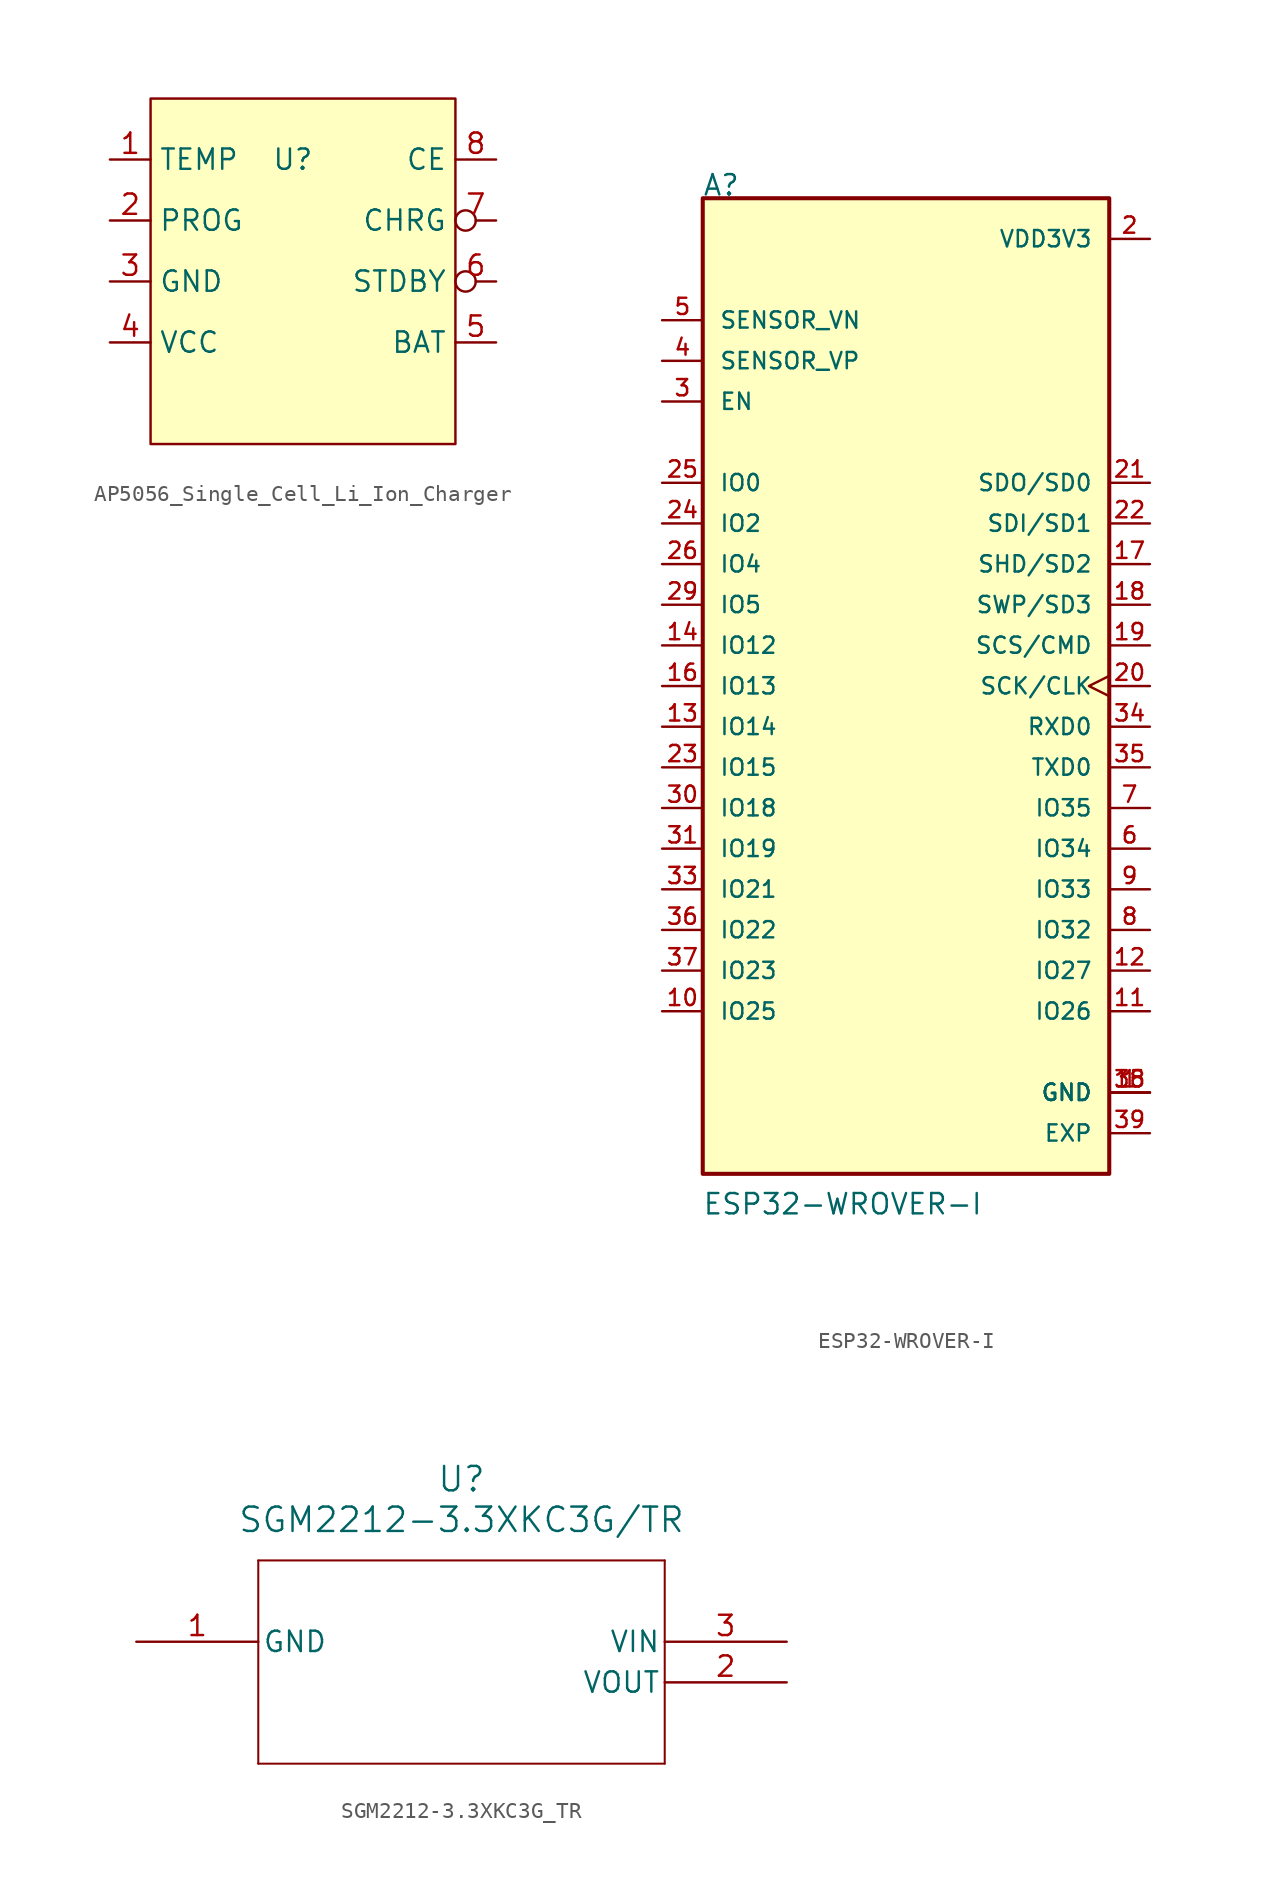
<source format=kicad_sym>
(kicad_symbol_lib
  (version 20220914)
  (generator kicad_symbol_editor)
  (symbol "AP5056_Single_Cell_Li_Ion_Charger"
    (property "Reference" "U"
      (at 0 0 0)
      (effects (font (size 1.27 1.27))))
    (property "Value" ""
      (at 0 0 0)
      (effects (font (size 1.27 1.27))))
    (symbol "AP5056_Single_Cell_Li_Ion_Charger_1_1"
      (rectangle (start -8.89 3.81) (end 10.16 -17.78) (stroke (width 0) (type default)) (fill (type background)))
      (pin bidirectional line (at -11.43 0 0) (length 2.54) (name "TEMP" (effects (font (size 1.27 1.27)))) (number "1" (effects (font (size 1.27 1.27)))))
      (pin bidirectional line (at -11.43 -3.81 0) (length 2.54) (name "PROG" (effects (font (size 1.27 1.27)))) (number "2" (effects (font (size 1.27 1.27)))))
      (pin bidirectional line (at -11.43 -7.62 0) (length 2.54) (name "GND" (effects (font (size 1.27 1.27)))) (number "3" (effects (font (size 1.27 1.27)))))
      (pin bidirectional line (at -11.43 -11.43 0) (length 2.54) (name "VCC" (effects (font (size 1.27 1.27)))) (number "4" (effects (font (size 1.27 1.27)))))
      (pin bidirectional line (at 12.7 -11.43 180) (length 2.54) (name "BAT" (effects (font (size 1.27 1.27)))) (number "5" (effects (font (size 1.27 1.27)))))
      (pin bidirectional inverted (at 12.7 -7.62 180) (length 2.54) (name "STDBY" (effects (font (size 1.27 1.27)))) (number "6" (effects (font (size 1.27 1.27)))))
      (pin bidirectional inverted (at 12.7 -3.81 180) (length 2.54) (name "CHRG" (effects (font (size 1.27 1.27)))) (number "7" (effects (font (size 1.27 1.27)))))
      (pin bidirectional line (at 12.7 0 180) (length 2.54) (name "CE" (effects (font (size 1.27 1.27)))) (number "8" (effects (font (size 1.27 1.27)))))))
  (symbol "ESP32-WROVER-I"
    (pin_names
      (offset 1.016))
    (property "Reference" "A"
      (at -12.731 30.554 0)
      (effects (font (size 1.27 1.27)) (justify left bottom)))
    (property "Value" "ESP32-WROVER-I"
      (at -12.736 -33.11 0)
      (effects (font (size 1.27 1.27)) (justify left bottom)))
    (symbol "ESP32-WROVER-I_0_0"
      (rectangle (start -12.7 -30.48) (end 12.7 30.48) (stroke (width 0.254) (type default)) (fill (type background)))
      (pin power_in line (at 15.24 -25.4 180) (length 2.54) (name "GND" (effects (font (size 1.016 1.016)))) (number "1" (effects (font (size 1.016 1.016)))))
      (pin bidirectional line (at -15.24 -20.32 0) (length 2.54) (name "IO25" (effects (font (size 1.016 1.016)))) (number "10" (effects (font (size 1.016 1.016)))))
      (pin bidirectional line (at 15.24 -20.32 180) (length 2.54) (name "IO26" (effects (font (size 1.016 1.016)))) (number "11" (effects (font (size 1.016 1.016)))))
      (pin bidirectional line (at 15.24 -17.78 180) (length 2.54) (name "IO27" (effects (font (size 1.016 1.016)))) (number "12" (effects (font (size 1.016 1.016)))))
      (pin bidirectional line (at -15.24 -2.54 0) (length 2.54) (name "IO14" (effects (font (size 1.016 1.016)))) (number "13" (effects (font (size 1.016 1.016)))))
      (pin bidirectional line (at -15.24 2.54 0) (length 2.54) (name "IO12" (effects (font (size 1.016 1.016)))) (number "14" (effects (font (size 1.016 1.016)))))
      (pin power_in line (at 15.24 -25.4 180) (length 2.54) (name "GND" (effects (font (size 1.016 1.016)))) (number "15" (effects (font (size 1.016 1.016)))))
      (pin bidirectional line (at -15.24 0 0) (length 2.54) (name "IO13" (effects (font (size 1.016 1.016)))) (number "16" (effects (font (size 1.016 1.016)))))
      (pin bidirectional line (at 15.24 7.62 180) (length 2.54) (name "SHD/SD2" (effects (font (size 1.016 1.016)))) (number "17" (effects (font (size 1.016 1.016)))))
      (pin bidirectional line (at 15.24 5.08 180) (length 2.54) (name "SWP/SD3" (effects (font (size 1.016 1.016)))) (number "18" (effects (font (size 1.016 1.016)))))
      (pin bidirectional line (at 15.24 2.54 180) (length 2.54) (name "SCS/CMD" (effects (font (size 1.016 1.016)))) (number "19" (effects (font (size 1.016 1.016)))))
      (pin power_in line (at 15.24 27.94 180) (length 2.54) (name "VDD3V3" (effects (font (size 1.016 1.016)))) (number "2" (effects (font (size 1.016 1.016)))))
      (pin bidirectional clock (at 15.24 0 180) (length 2.54) (name "SCK/CLK" (effects (font (size 1.016 1.016)))) (number "20" (effects (font (size 1.016 1.016)))))
      (pin bidirectional line (at 15.24 12.7 180) (length 2.54) (name "SDO/SD0" (effects (font (size 1.016 1.016)))) (number "21" (effects (font (size 1.016 1.016)))))
      (pin bidirectional line (at 15.24 10.16 180) (length 2.54) (name "SDI/SD1" (effects (font (size 1.016 1.016)))) (number "22" (effects (font (size 1.016 1.016)))))
      (pin bidirectional line (at -15.24 -5.08 0) (length 2.54) (name "IO15" (effects (font (size 1.016 1.016)))) (number "23" (effects (font (size 1.016 1.016)))))
      (pin bidirectional line (at -15.24 10.16 0) (length 2.54) (name "IO2" (effects (font (size 1.016 1.016)))) (number "24" (effects (font (size 1.016 1.016)))))
      (pin bidirectional line (at -15.24 12.7 0) (length 2.54) (name "IO0" (effects (font (size 1.016 1.016)))) (number "25" (effects (font (size 1.016 1.016)))))
      (pin bidirectional line (at -15.24 7.62 0) (length 2.54) (name "IO4" (effects (font (size 1.016 1.016)))) (number "26" (effects (font (size 1.016 1.016)))))
      (pin bidirectional line (at -15.24 5.08 0) (length 2.54) (name "IO5" (effects (font (size 1.016 1.016)))) (number "29" (effects (font (size 1.016 1.016)))))
      (pin input line (at -15.24 17.78 0) (length 2.54) (name "EN" (effects (font (size 1.016 1.016)))) (number "3" (effects (font (size 1.016 1.016)))))
      (pin bidirectional line (at -15.24 -7.62 0) (length 2.54) (name "IO18" (effects (font (size 1.016 1.016)))) (number "30" (effects (font (size 1.016 1.016)))))
      (pin bidirectional line (at -15.24 -10.16 0) (length 2.54) (name "IO19" (effects (font (size 1.016 1.016)))) (number "31" (effects (font (size 1.016 1.016)))))
      (pin bidirectional line (at -15.24 -12.7 0) (length 2.54) (name "IO21" (effects (font (size 1.016 1.016)))) (number "33" (effects (font (size 1.016 1.016)))))
      (pin bidirectional line (at 15.24 -2.54 180) (length 2.54) (name "RXD0" (effects (font (size 1.016 1.016)))) (number "34" (effects (font (size 1.016 1.016)))))
      (pin bidirectional line (at 15.24 -5.08 180) (length 2.54) (name "TXD0" (effects (font (size 1.016 1.016)))) (number "35" (effects (font (size 1.016 1.016)))))
      (pin bidirectional line (at -15.24 -15.24 0) (length 2.54) (name "IO22" (effects (font (size 1.016 1.016)))) (number "36" (effects (font (size 1.016 1.016)))))
      (pin bidirectional line (at -15.24 -17.78 0) (length 2.54) (name "IO23" (effects (font (size 1.016 1.016)))) (number "37" (effects (font (size 1.016 1.016)))))
      (pin power_in line (at 15.24 -25.4 180) (length 2.54) (name "GND" (effects (font (size 1.016 1.016)))) (number "38" (effects (font (size 1.016 1.016)))))
      (pin power_in line (at 15.24 -27.94 180) (length 2.54) (name "EXP" (effects (font (size 1.016 1.016)))) (number "39" (effects (font (size 1.016 1.016)))))
      (pin input line (at -15.24 20.32 0) (length 2.54) (name "SENSOR_VP" (effects (font (size 1.016 1.016)))) (number "4" (effects (font (size 1.016 1.016)))))
      (pin input line (at -15.24 22.86 0) (length 2.54) (name "SENSOR_VN" (effects (font (size 1.016 1.016)))) (number "5" (effects (font (size 1.016 1.016)))))
      (pin input line (at 15.24 -10.16 180) (length 2.54) (name "IO34" (effects (font (size 1.016 1.016)))) (number "6" (effects (font (size 1.016 1.016)))))
      (pin input line (at 15.24 -7.62 180) (length 2.54) (name "IO35" (effects (font (size 1.016 1.016)))) (number "7" (effects (font (size 1.016 1.016)))))
      (pin bidirectional line (at 15.24 -15.24 180) (length 2.54) (name "IO32" (effects (font (size 1.016 1.016)))) (number "8" (effects (font (size 1.016 1.016)))))
      (pin bidirectional line (at 15.24 -12.7 180) (length 2.54) (name "IO33" (effects (font (size 1.016 1.016)))) (number "9" (effects (font (size 1.016 1.016)))))))
  (symbol "SGM2212-3.3XKC3G_TR"
    (pin_names
      (offset 0.254))
    (property "Reference" "U"
      (at 20.32 10.16 0)
      (effects (font (size 1.524 1.524))))
    (property "Value" "SGM2212-3.3XKC3G/TR"
      (at 20.32 7.62 0)
      (effects (font (size 1.524 1.524))))
    (property "ki_locked" ""
      (at 0 0 0)
      (effects (font (size 1.27 1.27))))
    (symbol "SGM2212-3.3XKC3G_TR_0_1"
      (polyline (pts (xy 7.62 -7.62) (xy 33.02 -7.62)) (stroke (width 0.127) (type default)) (fill (type none)))
      (polyline (pts (xy 7.62 5.08) (xy 7.62 -7.62)) (stroke (width 0.127) (type default)) (fill (type none)))
      (polyline (pts (xy 33.02 -7.62) (xy 33.02 5.08)) (stroke (width 0.127) (type default)) (fill (type none)))
      (polyline (pts (xy 33.02 5.08) (xy 7.62 5.08)) (stroke (width 0.127) (type default)) (fill (type none)))
      (pin power_out line (at 0 0 0) (length 7.62) (name "GND" (effects (font (size 1.27 1.27)))) (number "1" (effects (font (size 1.27 1.27)))))
      (pin output line (at 40.64 -2.54 180) (length 7.62) (name "VOUT" (effects (font (size 1.27 1.27)))) (number "2" (effects (font (size 1.27 1.27)))))
      (pin input line (at 40.64 0 180) (length 7.62) (name "VIN" (effects (font (size 1.27 1.27)))) (number "3" (effects (font (size 1.27 1.27))))))))
</source>
